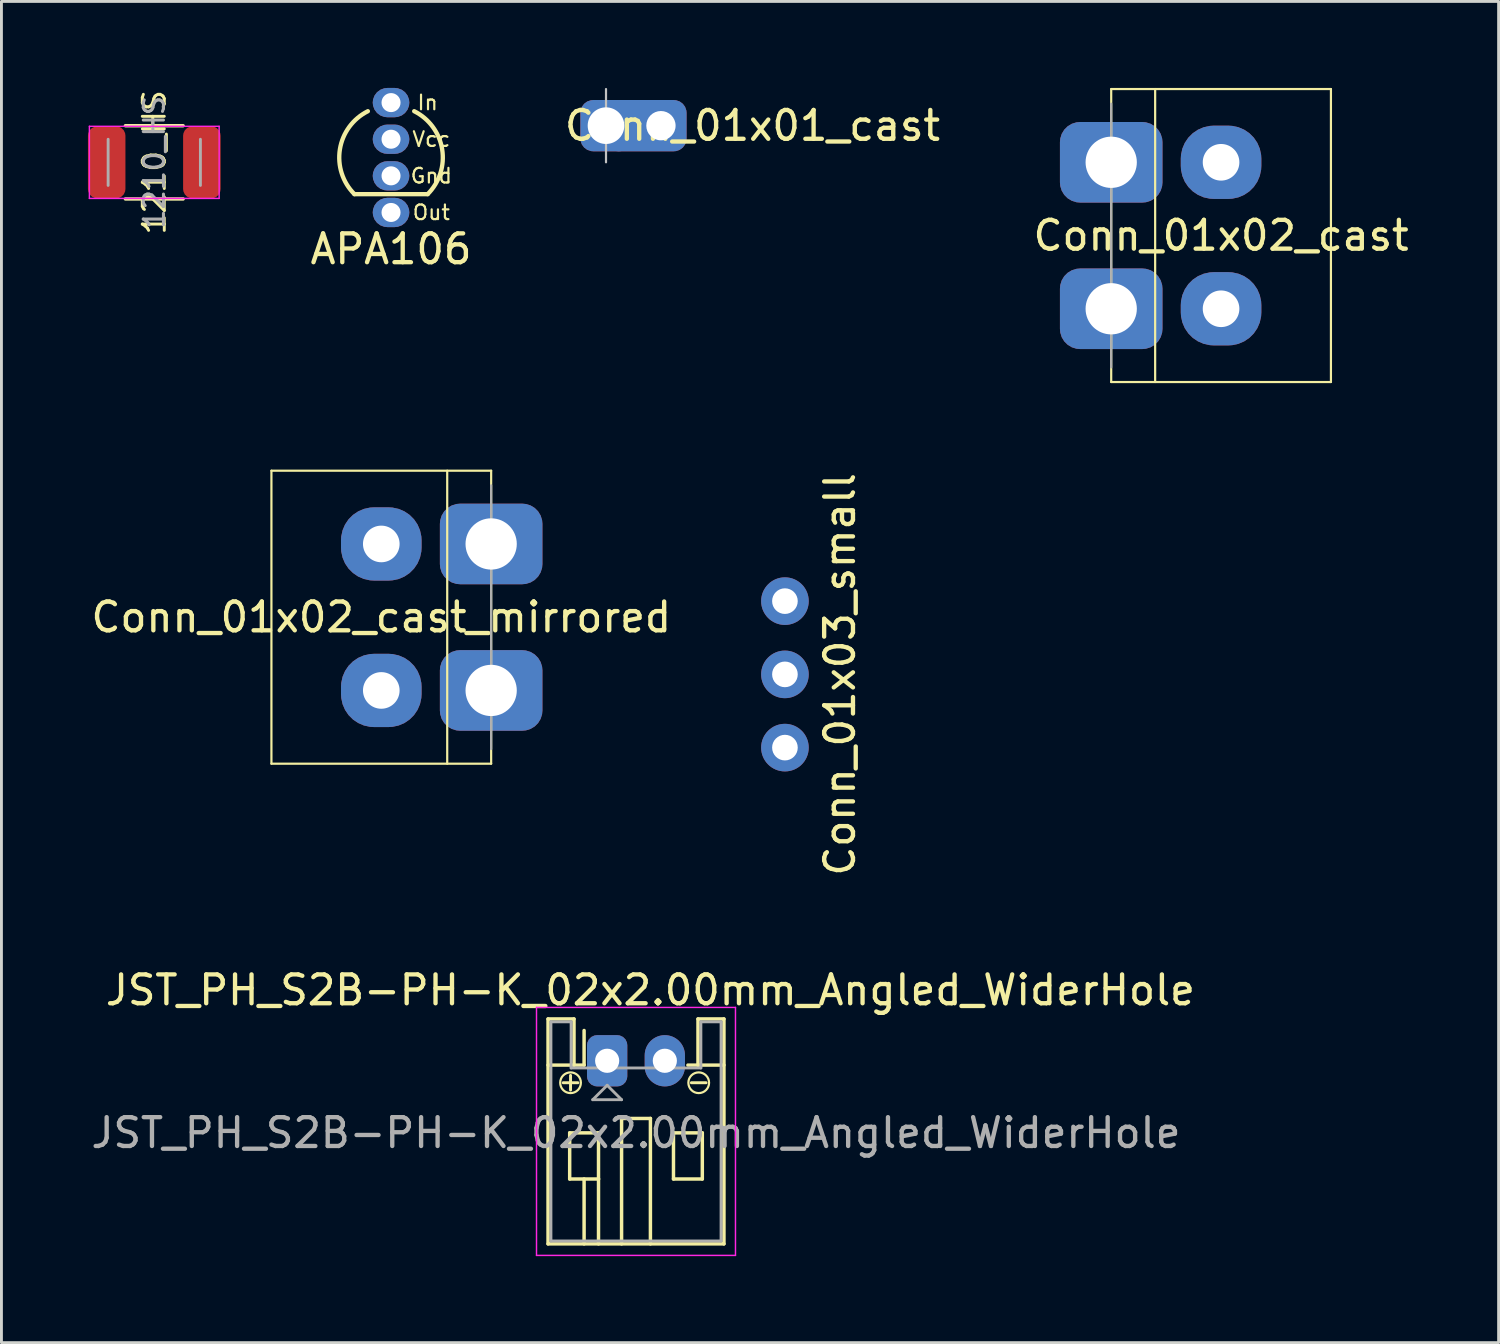
<source format=kicad_pcb>
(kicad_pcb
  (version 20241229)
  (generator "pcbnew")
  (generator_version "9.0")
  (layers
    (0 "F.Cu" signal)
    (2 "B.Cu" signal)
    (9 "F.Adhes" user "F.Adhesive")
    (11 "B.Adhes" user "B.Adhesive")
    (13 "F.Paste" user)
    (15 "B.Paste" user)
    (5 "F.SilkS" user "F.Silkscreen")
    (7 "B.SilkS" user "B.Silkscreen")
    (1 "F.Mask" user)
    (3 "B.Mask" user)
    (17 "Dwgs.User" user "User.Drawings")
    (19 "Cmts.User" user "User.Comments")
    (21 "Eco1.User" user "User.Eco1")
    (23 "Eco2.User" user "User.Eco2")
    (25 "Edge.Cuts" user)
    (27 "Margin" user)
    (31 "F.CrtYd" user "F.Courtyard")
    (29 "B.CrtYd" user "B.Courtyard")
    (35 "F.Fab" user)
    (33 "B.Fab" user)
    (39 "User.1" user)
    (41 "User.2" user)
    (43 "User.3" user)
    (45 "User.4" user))
  (footprint "Conn_01x01_cast"
    (layer "F.Cu")
    (at 17.966 1.308)
    (property "Reference" "Conn_01x01_cast" (at 5.08 0 0) (layer "F.SilkS") (effects (font (size 1 1) (thickness 0.15))))
    (attr through_hole)
    (fp_line (start 0 -1.27) (end 0 1.27) (stroke (width 0.076) (type solid)) (layer "Dwgs.User"))
    (pad "1" thru_hole roundrect (at 0 0) (size 1.778 1.778) (drill 1.27) (layers "*.Cu" "*.Mask") (roundrect_rratio 0.25))
    (pad "1" thru_hole roundrect (at 1.905 0) (size 2.794 1.778) (drill 1.016 (offset -0.508 0)) (layers "*.Cu" "*.Mask") (roundrect_rratio 0.25)))
  (footprint "Conn_01x02_cast_mirrored"
    (layer "F.Cu")
    (at 13.983 18.354)
    (property "Reference" "Conn_01x02_cast_mirrored" (at -3.81 0 0) (layer "F.SilkS") (effects (font (size 1 1) (thickness 0.15))))
    (attr through_hole)
    (fp_line (start -7.62 -5.08) (end -7.62 5.08) (stroke (width 0.076) (type solid)) (layer "F.SilkS"))
    (fp_line (start -7.62 -5.08) (end 0 -5.08) (stroke (width 0.076) (type solid)) (layer "F.SilkS"))
    (fp_line (start -1.524 -5.08) (end -1.524 5.08) (stroke (width 0.076) (type solid)) (layer "F.SilkS"))
    (fp_line (start 0 -5.08) (end 0 5.08) (stroke (width 0.076) (type solid)) (layer "F.SilkS"))
    (fp_line (start 0 5.08) (end -7.62 5.08) (stroke (width 0.076) (type solid)) (layer "F.SilkS"))
    (fp_line (start 0 -4.572) (end 0 4.572) (stroke (width 0.076) (type solid)) (layer "F.Fab"))
    (pad "1" thru_hole roundrect (at -3.81 -2.54) (size 2.794 2.54) (drill 1.27) (layers "*.Cu" "*.Mask") (roundrect_rratio 0.45))
    (pad "1" thru_hole roundrect (at 0 -2.54) (size 3.556 2.794) (drill 1.778) (layers "*.Cu" "*.Mask") (roundrect_rratio 0.25))
    (pad "2" thru_hole roundrect (at -3.81 2.54) (size 2.794 2.54) (drill 1.27) (layers "*.Cu" "*.Mask") (roundrect_rratio 0.45))
    (pad "2" thru_hole roundrect (at 0 2.54) (size 3.556 2.794) (drill 1.778) (layers "*.Cu" "*.Mask") (roundrect_rratio 0.25)))
  (footprint "Conn_01x02_cast"
    (layer "F.Cu")
    (at 35.486 5.118)
    (property "Reference" "Conn_01x02_cast" (at 3.81 0 0) (layer "F.SilkS") (effects (font (size 1 1) (thickness 0.15))))
    (attr through_hole)
    (fp_line (start 0 -5.08) (end 7.62 -5.08) (stroke (width 0.076) (type solid)) (layer "F.SilkS"))
    (fp_line (start 0 5.08) (end 0 -5.08) (stroke (width 0.076) (type solid)) (layer "F.SilkS"))
    (fp_line (start 1.524 -5.08) (end 1.524 5.08) (stroke (width 0.076) (type solid)) (layer "F.SilkS"))
    (fp_line (start 7.62 -5.08) (end 7.62 5.08) (stroke (width 0.076) (type solid)) (layer "F.SilkS"))
    (fp_line (start 7.62 5.08) (end 0 5.08) (stroke (width 0.076) (type solid)) (layer "F.SilkS"))
    (fp_line (start 0 -4.572) (end 0 4.572) (stroke (width 0.076) (type solid)) (layer "F.Fab"))
    (pad "1" thru_hole roundrect (at 0 -2.54) (size 3.556 2.794) (drill 1.778) (layers "*.Cu" "*.Mask") (roundrect_rratio 0.25))
    (pad "1" thru_hole roundrect (at 3.81 -2.54) (size 2.794 2.54) (drill 1.27) (layers "*.Cu" "*.Mask") (roundrect_rratio 0.45))
    (pad "2" thru_hole roundrect (at 0 2.54) (size 3.556 2.794) (drill 1.778) (layers "*.Cu" "*.Mask") (roundrect_rratio 0.25))
    (pad "2" thru_hole roundrect (at 3.81 2.54) (size 2.794 2.54) (drill 1.27) (layers "*.Cu" "*.Mask") (roundrect_rratio 0.45)))
  (footprint "JST_PH_S2B-PH-K_02x2.00mm_Angled_WiderHole"
    (layer "F.Cu")
    (at 18.006 33.737)
    (property "Reference" "JST_PH_S2B-PH-K_02x2.00mm_Angled_WiderHole" (at 1.5 -2.45 0) (layer "F.SilkS") (effects (font (size 1 1) (thickness 0.15))))
    (attr through_hole)
    (fp_line (start -2.05 -1.45) (end -2.05 6.35) (stroke (width 0.12) (type solid)) (layer "F.SilkS"))
    (fp_line (start -2.05 0.15) (end -1.15 0.15) (stroke (width 0.12) (type solid)) (layer "F.SilkS"))
    (fp_line (start -2.05 6.35) (end 4.05 6.35) (stroke (width 0.12) (type solid)) (layer "F.SilkS"))
    (fp_line (start -1.524 0.762) (end -1.016 0.762) (stroke (width 0.102) (type solid)) (layer "F.SilkS"))
    (fp_line (start -1.3 2.5) (end -1.3 4.1) (stroke (width 0.12) (type solid)) (layer "F.SilkS"))
    (fp_line (start -1.3 4.1) (end -0.3 4.1) (stroke (width 0.12) (type solid)) (layer "F.SilkS"))
    (fp_line (start -1.27 0.508) (end -1.27 1.016) (stroke (width 0.102) (type solid)) (layer "F.SilkS"))
    (fp_line (start -1.15 -1.45) (end -2.05 -1.45) (stroke (width 0.12) (type solid)) (layer "F.SilkS"))
    (fp_line (start -1.15 0.15) (end -1.15 -1.45) (stroke (width 0.12) (type solid)) (layer "F.SilkS"))
    (fp_line (start -0.8 0.15) (end -1.15 0.15) (stroke (width 0.12) (type solid)) (layer "F.SilkS"))
    (fp_line (start -0.8 0.15) (end -0.8 -1.05) (stroke (width 0.12) (type solid)) (layer "F.SilkS"))
    (fp_line (start -0.8 4.1) (end -0.8 6.35) (stroke (width 0.12) (type solid)) (layer "F.SilkS"))
    (fp_line (start -0.3 2.5) (end -1.3 2.5) (stroke (width 0.12) (type solid)) (layer "F.SilkS"))
    (fp_line (start -0.3 4.1) (end -0.3 2.5) (stroke (width 0.12) (type solid)) (layer "F.SilkS"))
    (fp_line (start -0.3 4.1) (end -0.3 6.35) (stroke (width 0.12) (type solid)) (layer "F.SilkS"))
    (fp_line (start 0.5 2) (end 1.5 2) (stroke (width 0.12) (type solid)) (layer "F.SilkS"))
    (fp_line (start 0.5 6.35) (end 0.5 2) (stroke (width 0.12) (type solid)) (layer "F.SilkS"))
    (fp_line (start 1.5 2) (end 1.5 6.35) (stroke (width 0.12) (type solid)) (layer "F.SilkS"))
    (fp_line (start 2.3 2.5) (end 3.3 2.5) (stroke (width 0.12) (type solid)) (layer "F.SilkS"))
    (fp_line (start 2.3 4.1) (end 2.3 2.5) (stroke (width 0.12) (type solid)) (layer "F.SilkS"))
    (fp_line (start 2.921 0.762) (end 3.429 0.762) (stroke (width 0.102) (type solid)) (layer "F.SilkS"))
    (fp_line (start 3.15 -1.45) (end 3.15 0.15) (stroke (width 0.12) (type solid)) (layer "F.SilkS"))
    (fp_line (start 3.15 0.15) (end 2.8 0.15) (stroke (width 0.12) (type solid)) (layer "F.SilkS"))
    (fp_line (start 3.3 2.5) (end 3.3 4.1) (stroke (width 0.12) (type solid)) (layer "F.SilkS"))
    (fp_line (start 3.3 4.1) (end 2.3 4.1) (stroke (width 0.12) (type solid)) (layer "F.SilkS"))
    (fp_line (start 4.05 -1.45) (end 3.15 -1.45) (stroke (width 0.12) (type solid)) (layer "F.SilkS"))
    (fp_line (start 4.05 0.15) (end 3.15 0.15) (stroke (width 0.12) (type solid)) (layer "F.SilkS"))
    (fp_line (start 4.05 6.35) (end 4.05 -1.45) (stroke (width 0.12) (type solid)) (layer "F.SilkS"))
    (fp_circle (center -1.27 0.762) (end -0.911 0.762) (stroke (width 0.076) (type solid)) (fill no) (layer "F.SilkS"))
    (fp_circle (center 3.175 0.762) (end 3.534 0.762) (stroke (width 0.076) (type solid)) (fill no) (layer "F.SilkS"))
    (fp_line (start -2.45 -1.85) (end -2.45 6.75) (stroke (width 0.05) (type solid)) (layer "F.CrtYd"))
    (fp_line (start -2.45 6.75) (end 4.45 6.75) (stroke (width 0.05) (type solid)) (layer "F.CrtYd"))
    (fp_line (start 4.45 -1.85) (end -2.45 -1.85) (stroke (width 0.05) (type solid)) (layer "F.CrtYd"))
    (fp_line (start 4.45 6.75) (end 4.45 -1.85) (stroke (width 0.05) (type solid)) (layer "F.CrtYd"))
    (fp_line (start -1.95 -1.35) (end -1.95 6.25) (stroke (width 0.1) (type solid)) (layer "F.Fab"))
    (fp_line (start -1.95 6.25) (end 3.95 6.25) (stroke (width 0.1) (type solid)) (layer "F.Fab"))
    (fp_line (start -1.25 -1.35) (end -1.95 -1.35) (stroke (width 0.1) (type solid)) (layer "F.Fab"))
    (fp_line (start -1.25 0.25) (end -1.25 -1.35) (stroke (width 0.1) (type solid)) (layer "F.Fab"))
    (fp_line (start -0.5 1.35) (end 0.5 1.35) (stroke (width 0.1) (type solid)) (layer "F.Fab"))
    (fp_line (start 0 0.85) (end -0.5 1.35) (stroke (width 0.1) (type solid)) (layer "F.Fab"))
    (fp_line (start 0.5 1.35) (end 0 0.85) (stroke (width 0.1) (type solid)) (layer "F.Fab"))
    (fp_line (start 3.25 -1.35) (end 3.25 0.25) (stroke (width 0.1) (type solid)) (layer "F.Fab"))
    (fp_line (start 3.25 0.25) (end -1.25 0.25) (stroke (width 0.1) (type solid)) (layer "F.Fab"))
    (fp_line (start 3.95 -1.35) (end 3.25 -1.35) (stroke (width 0.1) (type solid)) (layer "F.Fab"))
    (fp_line (start 3.95 6.25) (end 3.95 -1.35) (stroke (width 0.1) (type solid)) (layer "F.Fab"))
    (fp_text user "${REFERENCE}" (at 1 2.5 0) (layer "F.Fab") (effects (font (size 1 1) (thickness 0.15))))
    (pad "1" thru_hole roundrect (at 0 0) (size 1.397 1.778) (drill 0.838) (layers "*.Cu" "*.Mask") (roundrect_rratio 0.25))
    (pad "2" thru_hole oval (at 2 0) (size 1.397 1.778) (drill 0.838) (layers "*.Cu" "*.Mask")))
  (footprint "Conn_01x03_small"
    (layer "F.Cu")
    (at 24.171 20.337)
    (property "Reference" "Conn_01x03_small" (at 1.905 0 90) (layer "F.SilkS") (effects (font (size 1 1) (thickness 0.15))))
    (attr through_hole)
    (pad "1" thru_hole circle (at 0 -2.54) (size 1.651 1.651) (drill 0.889) (layers "*.Cu" "*.Mask"))
    (pad "2" thru_hole circle (at 0 0) (size 1.651 1.651) (drill 0.889) (layers "*.Cu" "*.Mask"))
    (pad "3" thru_hole circle (at 0 2.54) (size 1.651 1.651) (drill 0.889) (layers "*.Cu" "*.Mask")))
  (footprint "1210_HS"
    (layer "F.Cu")
    (at 2.3 2.58)
    (property "Reference" "1210_HS" (at 0 0 90) (layer "F.SilkS") (effects (font (size 0.762 0.762) (thickness 0.102))))
    (attr smd)
    (fp_line (start -1 -1.27) (end 1 -1.27) (stroke (width 0.12) (type solid)) (layer "F.SilkS"))
    (fp_line (start 1 1.27) (end -1 1.27) (stroke (width 0.12) (type solid)) (layer "F.SilkS"))
    (fp_line (start -2.25 -1.25) (end -2.25 1.25) (stroke (width 0.05) (type solid)) (layer "F.CrtYd"))
    (fp_line (start -2.25 -1.25) (end 2.25 -1.25) (stroke (width 0.05) (type solid)) (layer "F.CrtYd"))
    (fp_line (start 2.25 1.25) (end -2.25 1.25) (stroke (width 0.05) (type solid)) (layer "F.CrtYd"))
    (fp_line (start 2.25 1.25) (end 2.25 -1.25) (stroke (width 0.05) (type solid)) (layer "F.CrtYd"))
    (fp_line (start -1.6 0.8) (end -1.6 -0.8) (stroke (width 0.1) (type solid)) (layer "F.Fab"))
    (fp_line (start 1.6 -0.8) (end 1.6 0.8) (stroke (width 0.1) (type solid)) (layer "F.Fab"))
    (fp_text user "${REFERENCE}" (at 0 0 90) (layer "F.Fab") (effects (font (size 0.7 0.7) (thickness 0.105))))
    (pad "1" smd roundrect (at -1.65 0) (size 1.3 2.5) (layers "F.Cu" "F.Mask" "F.Paste") (roundrect_rratio 0.25))
    (pad "2" smd roundrect (at 1.65 0) (size 1.3 2.5) (layers "F.Cu" "F.Mask" "F.Paste") (roundrect_rratio 0.25)))
  (footprint "APA106"
    (layer "F.Cu")
    (at 10.511 3.048)
    (property "Reference" "APA106" (at 0 2.54 0) (layer "F.SilkS") (effects (font (size 1 1) (thickness 0.15))))
    (attr through_hole)
    (fp_line (start -1.27 0.635) (end 1.27 0.635) (stroke (width 0.15) (type solid)) (layer "F.SilkS"))
    (fp_arc (start -1.269999 0.634999) (mid -1.772946 -0.922155) (end -0.804198 -2.240946) (stroke (width 0.15) (type solid)) (layer "F.SilkS"))
    (fp_arc (start 0.803218 -2.241436) (mid 1.772858 -0.922695) (end 1.269999 0.634999) (stroke (width 0.15) (type solid)) (layer "F.SilkS"))
    (fp_text user "Vcc" (at 1.397 -1.27 0) (layer "F.SilkS") (effects (font (size 0.508 0.508) (thickness 0.076))))
    (fp_text user "In" (at 1.27 -2.54 0) (layer "F.SilkS") (effects (font (size 0.508 0.508) (thickness 0.076))))
    (fp_text user "Out" (at 1.397 1.27 0) (layer "F.SilkS") (effects (font (size 0.508 0.508) (thickness 0.076))))
    (fp_text user "Gnd" (at 1.397 0 0) (layer "F.SilkS") (effects (font (size 0.508 0.508) (thickness 0.076))))
    (pad "1" thru_hole roundrect (at 0 -2.54) (size 1.27 1.016) (drill 0.66) (layers "*.Cu" "*.Mask") (roundrect_rratio 0.5))
    (pad "2" thru_hole roundrect (at 0 -1.27) (size 1.27 1.016) (drill 0.66) (layers "*.Cu" "*.Mask") (roundrect_rratio 0.5))
    (pad "3" thru_hole roundrect (at 0 0) (size 1.27 1.016) (drill 0.66) (layers "*.Cu" "*.Mask") (roundrect_rratio 0.5))
    (pad "4" thru_hole roundrect (at 0 1.27) (size 1.27 1.016) (drill 0.66) (layers "*.Cu" "*.Mask") (roundrect_rratio 0.5)))
  (gr_rect
    (start -3 -3)
    (end 48.921 43.512)
    (stroke (width 0.1) (type default))
    (fill no)
    (layer "Edge.Cuts")))
</source>
